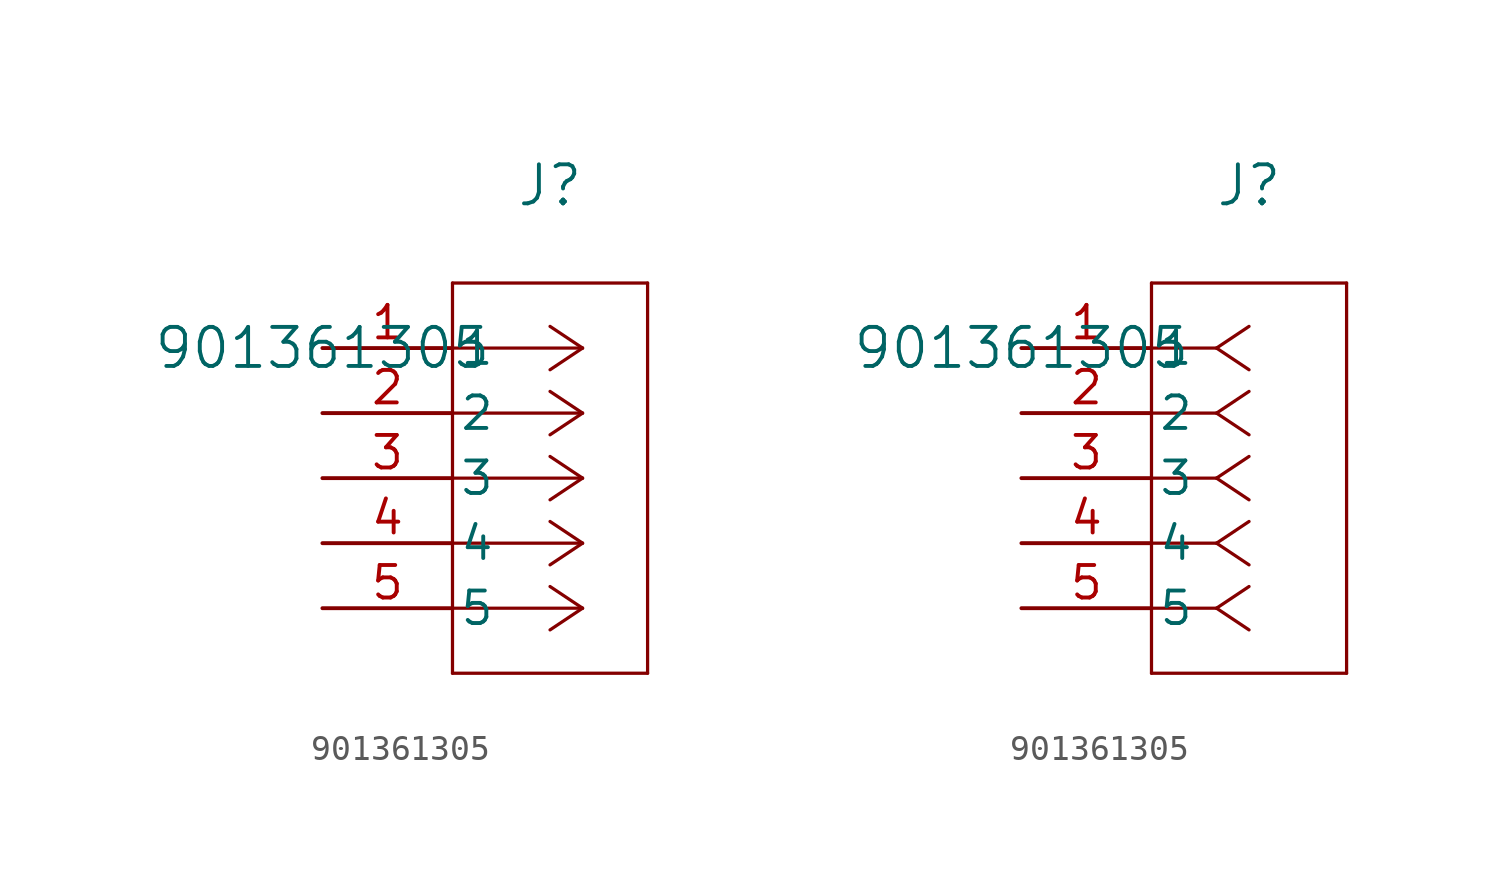
<source format=kicad_sym>
(kicad_symbol_lib
  (version 20211014)
  (generator kicad_symbol_editor)
  (symbol "901361305"
    (pin_names
      (offset 0.254))
    (property "Reference" "J"
      (at 8.89 6.35 0)
      (effects (font (size 1.524 1.524))))
    (property "Value" "901361305"
      (at 0 0 0)
      (effects (font (size 1.524 1.524))))
    (symbol "901361305_1_1"
      (polyline (pts (xy 10.16 0) (xy 5.08 0)) (stroke (width 0.127) (type default) (color 0 0 0 0)) (fill (type none)))
      (polyline (pts (xy 10.16 -2.54) (xy 5.08 -2.54)) (stroke (width 0.127) (type default) (color 0 0 0 0)) (fill (type none)))
      (polyline (pts (xy 10.16 -5.08) (xy 5.08 -5.08)) (stroke (width 0.127) (type default) (color 0 0 0 0)) (fill (type none)))
      (polyline (pts (xy 10.16 -7.62) (xy 5.08 -7.62)) (stroke (width 0.127) (type default) (color 0 0 0 0)) (fill (type none)))
      (polyline (pts (xy 10.16 -10.16) (xy 5.08 -10.16)) (stroke (width 0.127) (type default) (color 0 0 0 0)) (fill (type none)))
      (polyline (pts (xy 10.16 0) (xy 8.89 0.847)) (stroke (width 0.127) (type default) (color 0 0 0 0)) (fill (type none)))
      (polyline (pts (xy 10.16 -2.54) (xy 8.89 -1.693)) (stroke (width 0.127) (type default) (color 0 0 0 0)) (fill (type none)))
      (polyline (pts (xy 10.16 -5.08) (xy 8.89 -4.233)) (stroke (width 0.127) (type default) (color 0 0 0 0)) (fill (type none)))
      (polyline (pts (xy 10.16 -7.62) (xy 8.89 -6.773)) (stroke (width 0.127) (type default) (color 0 0 0 0)) (fill (type none)))
      (polyline (pts (xy 10.16 -10.16) (xy 8.89 -9.313)) (stroke (width 0.127) (type default) (color 0 0 0 0)) (fill (type none)))
      (polyline (pts (xy 10.16 0) (xy 8.89 -0.847)) (stroke (width 0.127) (type default) (color 0 0 0 0)) (fill (type none)))
      (polyline (pts (xy 10.16 -2.54) (xy 8.89 -3.387)) (stroke (width 0.127) (type default) (color 0 0 0 0)) (fill (type none)))
      (polyline (pts (xy 10.16 -5.08) (xy 8.89 -5.927)) (stroke (width 0.127) (type default) (color 0 0 0 0)) (fill (type none)))
      (polyline (pts (xy 10.16 -7.62) (xy 8.89 -8.467)) (stroke (width 0.127) (type default) (color 0 0 0 0)) (fill (type none)))
      (polyline (pts (xy 10.16 -10.16) (xy 8.89 -11.007)) (stroke (width 0.127) (type default) (color 0 0 0 0)) (fill (type none)))
      (polyline (pts (xy 5.08 2.54) (xy 5.08 -12.7)) (stroke (width 0.127) (type default) (color 0 0 0 0)) (fill (type none)))
      (polyline (pts (xy 5.08 -12.7) (xy 12.7 -12.7)) (stroke (width 0.127) (type default) (color 0 0 0 0)) (fill (type none)))
      (polyline (pts (xy 12.7 -12.7) (xy 12.7 2.54)) (stroke (width 0.127) (type default) (color 0 0 0 0)) (fill (type none)))
      (polyline (pts (xy 12.7 2.54) (xy 5.08 2.54)) (stroke (width 0.127) (type default) (color 0 0 0 0)) (fill (type none)))
      (pin unspecified line (at 0 0 0) (length 5.08) (name "1" (effects (font (size 1.27 1.27)))) (number "1" (effects (font (size 1.27 1.27)))))
      (pin unspecified line (at 0 -2.54 0) (length 5.08) (name "2" (effects (font (size 1.27 1.27)))) (number "2" (effects (font (size 1.27 1.27)))))
      (pin unspecified line (at 0 -5.08 0) (length 5.08) (name "3" (effects (font (size 1.27 1.27)))) (number "3" (effects (font (size 1.27 1.27)))))
      (pin unspecified line (at 0 -7.62 0) (length 5.08) (name "4" (effects (font (size 1.27 1.27)))) (number "4" (effects (font (size 1.27 1.27)))))
      (pin unspecified line (at 0 -10.16 0) (length 5.08) (name "5" (effects (font (size 1.27 1.27)))) (number "5" (effects (font (size 1.27 1.27))))))
    (symbol "901361305_1_2"
      (polyline (pts (xy 7.62 0) (xy 5.08 0)) (stroke (width 0.127) (type default) (color 0 0 0 0)) (fill (type none)))
      (polyline (pts (xy 7.62 -2.54) (xy 5.08 -2.54)) (stroke (width 0.127) (type default) (color 0 0 0 0)) (fill (type none)))
      (polyline (pts (xy 7.62 -5.08) (xy 5.08 -5.08)) (stroke (width 0.127) (type default) (color 0 0 0 0)) (fill (type none)))
      (polyline (pts (xy 7.62 -7.62) (xy 5.08 -7.62)) (stroke (width 0.127) (type default) (color 0 0 0 0)) (fill (type none)))
      (polyline (pts (xy 7.62 -10.16) (xy 5.08 -10.16)) (stroke (width 0.127) (type default) (color 0 0 0 0)) (fill (type none)))
      (polyline (pts (xy 7.62 0) (xy 8.89 0.847)) (stroke (width 0.127) (type default) (color 0 0 0 0)) (fill (type none)))
      (polyline (pts (xy 7.62 -2.54) (xy 8.89 -1.693)) (stroke (width 0.127) (type default) (color 0 0 0 0)) (fill (type none)))
      (polyline (pts (xy 7.62 -5.08) (xy 8.89 -4.233)) (stroke (width 0.127) (type default) (color 0 0 0 0)) (fill (type none)))
      (polyline (pts (xy 7.62 -7.62) (xy 8.89 -6.773)) (stroke (width 0.127) (type default) (color 0 0 0 0)) (fill (type none)))
      (polyline (pts (xy 7.62 -10.16) (xy 8.89 -9.313)) (stroke (width 0.127) (type default) (color 0 0 0 0)) (fill (type none)))
      (polyline (pts (xy 7.62 0) (xy 8.89 -0.847)) (stroke (width 0.127) (type default) (color 0 0 0 0)) (fill (type none)))
      (polyline (pts (xy 7.62 -2.54) (xy 8.89 -3.387)) (stroke (width 0.127) (type default) (color 0 0 0 0)) (fill (type none)))
      (polyline (pts (xy 7.62 -5.08) (xy 8.89 -5.927)) (stroke (width 0.127) (type default) (color 0 0 0 0)) (fill (type none)))
      (polyline (pts (xy 7.62 -7.62) (xy 8.89 -8.467)) (stroke (width 0.127) (type default) (color 0 0 0 0)) (fill (type none)))
      (polyline (pts (xy 7.62 -10.16) (xy 8.89 -11.007)) (stroke (width 0.127) (type default) (color 0 0 0 0)) (fill (type none)))
      (polyline (pts (xy 5.08 2.54) (xy 5.08 -12.7)) (stroke (width 0.127) (type default) (color 0 0 0 0)) (fill (type none)))
      (polyline (pts (xy 5.08 -12.7) (xy 12.7 -12.7)) (stroke (width 0.127) (type default) (color 0 0 0 0)) (fill (type none)))
      (polyline (pts (xy 12.7 -12.7) (xy 12.7 2.54)) (stroke (width 0.127) (type default) (color 0 0 0 0)) (fill (type none)))
      (polyline (pts (xy 12.7 2.54) (xy 5.08 2.54)) (stroke (width 0.127) (type default) (color 0 0 0 0)) (fill (type none)))
      (pin unspecified line (at 0 0 0) (length 5.08) (name "1" (effects (font (size 1.27 1.27)))) (number "1" (effects (font (size 1.27 1.27)))))
      (pin unspecified line (at 0 -2.54 0) (length 5.08) (name "2" (effects (font (size 1.27 1.27)))) (number "2" (effects (font (size 1.27 1.27)))))
      (pin unspecified line (at 0 -5.08 0) (length 5.08) (name "3" (effects (font (size 1.27 1.27)))) (number "3" (effects (font (size 1.27 1.27)))))
      (pin unspecified line (at 0 -7.62 0) (length 5.08) (name "4" (effects (font (size 1.27 1.27)))) (number "4" (effects (font (size 1.27 1.27)))))
      (pin unspecified line (at 0 -10.16 0) (length 5.08) (name "5" (effects (font (size 1.27 1.27)))) (number "5" (effects (font (size 1.27 1.27))))))))
</source>
